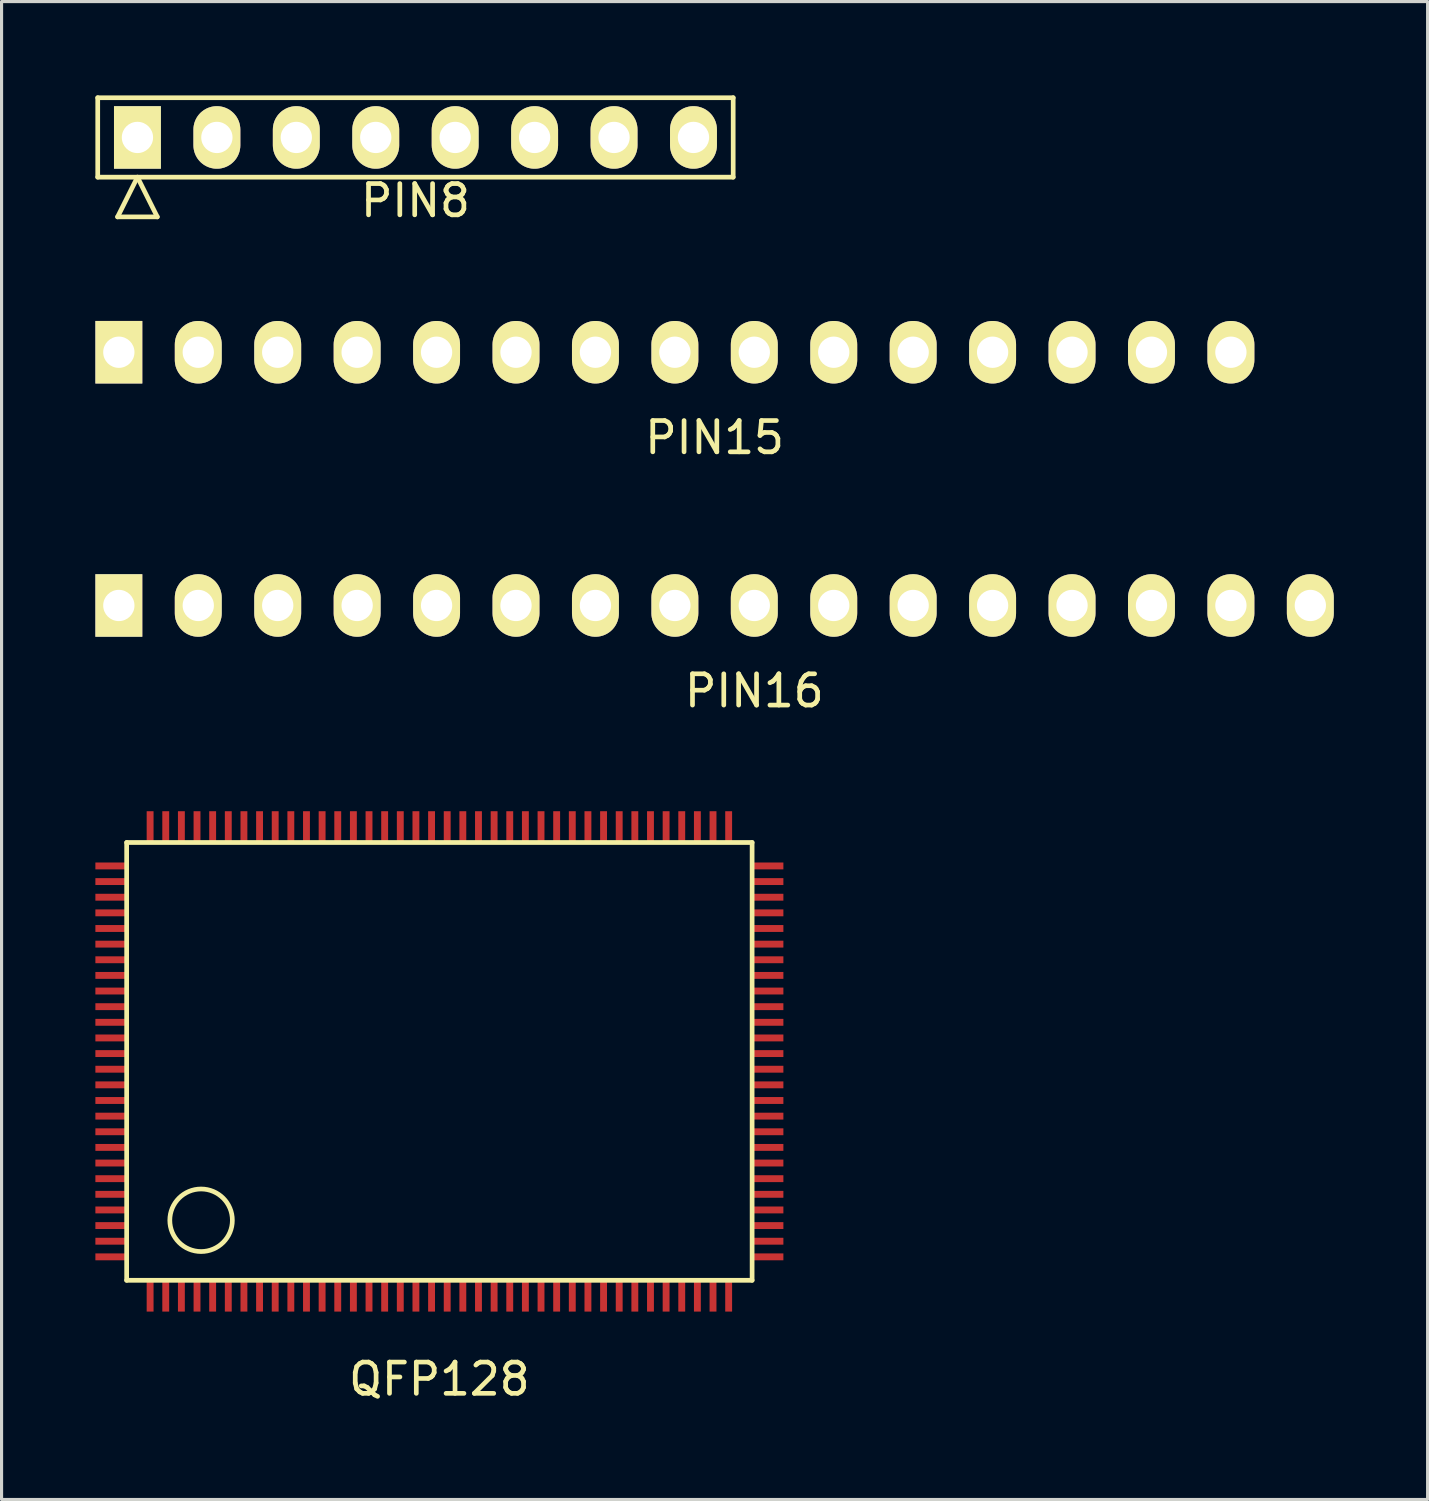
<source format=kicad_pcb>
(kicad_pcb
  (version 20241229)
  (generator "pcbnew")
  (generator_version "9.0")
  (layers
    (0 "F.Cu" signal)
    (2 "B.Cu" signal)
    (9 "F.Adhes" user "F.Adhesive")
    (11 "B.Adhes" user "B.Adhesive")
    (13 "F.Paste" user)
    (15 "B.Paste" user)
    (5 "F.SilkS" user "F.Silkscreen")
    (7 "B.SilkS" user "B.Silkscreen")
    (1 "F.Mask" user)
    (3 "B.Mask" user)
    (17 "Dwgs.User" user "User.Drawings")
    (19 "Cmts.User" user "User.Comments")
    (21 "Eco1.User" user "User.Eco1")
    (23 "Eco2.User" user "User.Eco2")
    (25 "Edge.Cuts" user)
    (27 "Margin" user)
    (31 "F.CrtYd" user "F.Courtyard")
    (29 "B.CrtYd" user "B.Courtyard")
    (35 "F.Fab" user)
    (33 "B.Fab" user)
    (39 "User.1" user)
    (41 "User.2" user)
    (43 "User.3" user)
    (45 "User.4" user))
  (footprint "PIN8"
    (layer "F.Cu")
    (at 10.235 1.345)
    (property "Reference" "PIN8" (at 0 2.02 0) (layer "F.SilkS") (effects (font (size 1 1) (thickness 0.15))))
    (attr through_hole)
    (fp_line (start -10.16 -1.27) (end -10.16 1.27) (stroke (width 0.15) (type solid)) (layer "F.SilkS"))
    (fp_line (start -10.16 1.27) (end 10.16 1.27) (stroke (width 0.15) (type solid)) (layer "F.SilkS"))
    (fp_line (start -9.525 2.54) (end -8.89 1.27) (stroke (width 0.15) (type solid)) (layer "F.SilkS"))
    (fp_line (start -9.525 2.54) (end -8.255 2.54) (stroke (width 0.15) (type solid)) (layer "F.SilkS"))
    (fp_line (start -8.255 2.54) (end -8.89 1.27) (stroke (width 0.15) (type solid)) (layer "F.SilkS"))
    (fp_line (start 10.16 -1.27) (end -10.16 -1.27) (stroke (width 0.15) (type solid)) (layer "F.SilkS"))
    (fp_line (start 10.16 1.27) (end 10.16 -1.27) (stroke (width 0.15) (type solid)) (layer "F.SilkS"))
    (pad "1" thru_hole rect (at -8.89 0) (size 1.5 2) (drill 1) (layers "*.Cu" "*.Mask" "F.SilkS"))
    (pad "2" thru_hole oval (at -6.35 0) (size 1.5 2) (drill 1) (layers "*.Cu" "*.Mask" "F.SilkS"))
    (pad "3" thru_hole oval (at -3.81 0) (size 1.5 2) (drill 1) (layers "*.Cu" "*.Mask" "F.SilkS"))
    (pad "4" thru_hole oval (at -1.27 0) (size 1.5 2) (drill 1) (layers "*.Cu" "*.Mask" "F.SilkS"))
    (pad "5" thru_hole oval (at 1.27 0) (size 1.5 2) (drill 1) (layers "*.Cu" "*.Mask" "F.SilkS"))
    (pad "6" thru_hole oval (at 3.81 0) (size 1.5 2) (drill 1) (layers "*.Cu" "*.Mask" "F.SilkS"))
    (pad "7" thru_hole oval (at 6.35 0) (size 1.5 2) (drill 1) (layers "*.Cu" "*.Mask" "F.SilkS"))
    (pad "8" thru_hole oval (at 8.89 0) (size 1.5 2) (drill 1) (layers "*.Cu" "*.Mask" "F.SilkS")))
  (footprint "PIN15"
    (layer "F.Cu")
    (at 19.8 8.213)
    (property "Reference" "PIN15" (at 0 2.73 0) (layer "F.SilkS") (effects (font (size 1 1) (thickness 0.15))))
    (attr through_hole)
    (pad "1" thru_hole rect (at -19.05 0) (size 1.5 2) (drill 1) (layers "*.Cu" "*.Mask" "F.SilkS"))
    (pad "2" thru_hole oval (at -16.51 0) (size 1.5 2) (drill 1) (layers "*.Cu" "*.Mask" "F.SilkS"))
    (pad "3" thru_hole oval (at -13.97 0) (size 1.5 2) (drill 1) (layers "*.Cu" "*.Mask" "F.SilkS"))
    (pad "4" thru_hole oval (at -11.43 0) (size 1.5 2) (drill 1) (layers "*.Cu" "*.Mask" "F.SilkS"))
    (pad "5" thru_hole oval (at -8.89 0) (size 1.5 2) (drill 1) (layers "*.Cu" "*.Mask" "F.SilkS"))
    (pad "6" thru_hole oval (at -6.35 0) (size 1.5 2) (drill 1) (layers "*.Cu" "*.Mask" "F.SilkS"))
    (pad "7" thru_hole oval (at -3.81 0) (size 1.5 2) (drill 1) (layers "*.Cu" "*.Mask" "F.SilkS"))
    (pad "8" thru_hole oval (at -1.27 0) (size 1.5 2) (drill 1) (layers "*.Cu" "*.Mask" "F.SilkS"))
    (pad "9" thru_hole oval (at 1.27 0) (size 1.5 2) (drill 1) (layers "*.Cu" "*.Mask" "F.SilkS"))
    (pad "10" thru_hole oval (at 3.81 0) (size 1.5 2) (drill 1) (layers "*.Cu" "*.Mask" "F.SilkS"))
    (pad "11" thru_hole oval (at 6.35 0) (size 1.5 2) (drill 1) (layers "*.Cu" "*.Mask" "F.SilkS"))
    (pad "12" thru_hole oval (at 8.89 0) (size 1.5 2) (drill 1) (layers "*.Cu" "*.Mask" "F.SilkS"))
    (pad "13" thru_hole oval (at 11.43 0) (size 1.5 2) (drill 1) (layers "*.Cu" "*.Mask" "F.SilkS"))
    (pad "14" thru_hole oval (at 13.97 0) (size 1.5 2) (drill 1) (layers "*.Cu" "*.Mask" "F.SilkS"))
    (pad "15" thru_hole oval (at 16.51 0) (size 1.5 2) (drill 1) (layers "*.Cu" "*.Mask" "F.SilkS")))
  (footprint "PIN16"
    (layer "F.Cu")
    (at 21.07 15.041)
    (property "Reference" "PIN16" (at 0 4 0) (layer "F.SilkS") (effects (font (size 1 1) (thickness 0.15))))
    (attr through_hole)
    (pad "1" thru_hole rect (at -20.32 1.27) (size 1.5 2) (drill 1) (layers "*.Cu" "*.Mask" "F.SilkS"))
    (pad "2" thru_hole oval (at -17.78 1.27) (size 1.5 2) (drill 1) (layers "*.Cu" "*.Mask" "F.SilkS"))
    (pad "3" thru_hole oval (at -15.24 1.27) (size 1.5 2) (drill 1) (layers "*.Cu" "*.Mask" "F.SilkS"))
    (pad "4" thru_hole oval (at -12.7 1.27) (size 1.5 2) (drill 1) (layers "*.Cu" "*.Mask" "F.SilkS"))
    (pad "5" thru_hole oval (at -10.16 1.27) (size 1.5 2) (drill 1) (layers "*.Cu" "*.Mask" "F.SilkS"))
    (pad "6" thru_hole oval (at -7.62 1.27) (size 1.5 2) (drill 1) (layers "*.Cu" "*.Mask" "F.SilkS"))
    (pad "7" thru_hole oval (at -5.08 1.27) (size 1.5 2) (drill 1) (layers "*.Cu" "*.Mask" "F.SilkS"))
    (pad "8" thru_hole oval (at -2.54 1.27) (size 1.5 2) (drill 1) (layers "*.Cu" "*.Mask" "F.SilkS"))
    (pad "9" thru_hole oval (at 0 1.27) (size 1.5 2) (drill 1) (layers "*.Cu" "*.Mask" "F.SilkS"))
    (pad "10" thru_hole oval (at 2.54 1.27) (size 1.5 2) (drill 1) (layers "*.Cu" "*.Mask" "F.SilkS"))
    (pad "11" thru_hole oval (at 5.08 1.27) (size 1.5 2) (drill 1) (layers "*.Cu" "*.Mask" "F.SilkS"))
    (pad "12" thru_hole oval (at 7.62 1.27) (size 1.5 2) (drill 1) (layers "*.Cu" "*.Mask" "F.SilkS"))
    (pad "13" thru_hole oval (at 10.16 1.27) (size 1.5 2) (drill 1) (layers "*.Cu" "*.Mask" "F.SilkS"))
    (pad "14" thru_hole oval (at 12.7 1.27) (size 1.5 2) (drill 1) (layers "*.Cu" "*.Mask" "F.SilkS"))
    (pad "15" thru_hole oval (at 15.24 1.27) (size 1.5 2) (drill 1) (layers "*.Cu" "*.Mask" "F.SilkS"))
    (pad "16" thru_hole oval (at 17.78 1.27) (size 1.5 2) (drill 1) (layers "*.Cu" "*.Mask" "F.SilkS")))
  (footprint "QFP128"
    (layer "F.Cu")
    (at 11 30.89)
    (property "Reference" "QFP128" (at 0 10.16 0) (layer "F.SilkS") (effects (font (size 1 1) (thickness 0.15))))
    (attr through_hole)
    (fp_line (start -10 -7) (end -10 7) (stroke (width 0.15) (type solid)) (layer "F.SilkS"))
    (fp_line (start -10 7) (end 10 7) (stroke (width 0.15) (type solid)) (layer "F.SilkS"))
    (fp_line (start 10 -7) (end -10 -7) (stroke (width 0.15) (type solid)) (layer "F.SilkS"))
    (fp_line (start 10 7) (end 10 -7) (stroke (width 0.15) (type solid)) (layer "F.SilkS"))
    (fp_circle (center -7.62 5.08) (end -6.62 5.08) (stroke (width 0.15) (type solid)) (fill no) (layer "F.SilkS"))
    (pad "1" smd rect (at -9.25 7.5) (size 0.22 1) (layers "F.Cu" "F.Mask" "F.Paste"))
    (pad "2" smd rect (at -8.75 7.5) (size 0.22 1) (layers "F.Cu" "F.Mask" "F.Paste"))
    (pad "3" smd rect (at -8.25 7.5) (size 0.22 1) (layers "F.Cu" "F.Mask" "F.Paste"))
    (pad "4" smd rect (at -7.75 7.5) (size 0.22 1) (layers "F.Cu" "F.Mask" "F.Paste"))
    (pad "5" smd rect (at -7.25 7.5) (size 0.22 1) (layers "F.Cu" "F.Mask" "F.Paste"))
    (pad "6" smd rect (at -6.75 7.5) (size 0.22 1) (layers "F.Cu" "F.Mask" "F.Paste"))
    (pad "7" smd rect (at -6.25 7.5) (size 0.22 1) (layers "F.Cu" "F.Mask" "F.Paste"))
    (pad "8" smd rect (at -5.75 7.5) (size 0.22 1) (layers "F.Cu" "F.Mask" "F.Paste"))
    (pad "9" smd rect (at -5.25 7.5) (size 0.22 1) (layers "F.Cu" "F.Mask" "F.Paste"))
    (pad "10" smd rect (at -4.75 7.5) (size 0.22 1) (layers "F.Cu" "F.Mask" "F.Paste"))
    (pad "11" smd rect (at -4.25 7.5) (size 0.22 1) (layers "F.Cu" "F.Mask" "F.Paste"))
    (pad "12" smd rect (at -3.75 7.5) (size 0.22 1) (layers "F.Cu" "F.Mask" "F.Paste"))
    (pad "13" smd rect (at -3.25 7.5) (size 0.22 1) (layers "F.Cu" "F.Mask" "F.Paste"))
    (pad "14" smd rect (at -2.75 7.5) (size 0.22 1) (layers "F.Cu" "F.Mask" "F.Paste"))
    (pad "15" smd rect (at -2.25 7.5) (size 0.22 1) (layers "F.Cu" "F.Mask" "F.Paste"))
    (pad "16" smd rect (at -1.75 7.5) (size 0.22 1) (layers "F.Cu" "F.Mask" "F.Paste"))
    (pad "17" smd rect (at -1.25 7.5) (size 0.22 1) (layers "F.Cu" "F.Mask" "F.Paste"))
    (pad "18" smd rect (at -0.75 7.5) (size 0.22 1) (layers "F.Cu" "F.Mask" "F.Paste"))
    (pad "19" smd rect (at -0.25 7.5) (size 0.22 1) (layers "F.Cu" "F.Mask" "F.Paste"))
    (pad "20" smd rect (at 0.25 7.5) (size 0.22 1) (layers "F.Cu" "F.Mask" "F.Paste"))
    (pad "21" smd rect (at 0.75 7.5) (size 0.22 1) (layers "F.Cu" "F.Mask" "F.Paste"))
    (pad "22" smd rect (at 1.25 7.5) (size 0.22 1) (layers "F.Cu" "F.Mask" "F.Paste"))
    (pad "23" smd rect (at 1.75 7.5) (size 0.22 1) (layers "F.Cu" "F.Mask" "F.Paste"))
    (pad "24" smd rect (at 2.25 7.5) (size 0.22 1) (layers "F.Cu" "F.Mask" "F.Paste"))
    (pad "25" smd rect (at 2.75 7.5) (size 0.22 1) (layers "F.Cu" "F.Mask" "F.Paste"))
    (pad "26" smd rect (at 3.25 7.5) (size 0.22 1) (layers "F.Cu" "F.Mask" "F.Paste"))
    (pad "27" smd rect (at 3.75 7.5) (size 0.22 1) (layers "F.Cu" "F.Mask" "F.Paste"))
    (pad "28" smd rect (at 4.25 7.5) (size 0.22 1) (layers "F.Cu" "F.Mask" "F.Paste"))
    (pad "29" smd rect (at 4.75 7.5) (size 0.22 1) (layers "F.Cu" "F.Mask" "F.Paste"))
    (pad "30" smd rect (at 5.25 7.5) (size 0.22 1) (layers "F.Cu" "F.Mask" "F.Paste"))
    (pad "31" smd rect (at 5.75 7.5) (size 0.22 1) (layers "F.Cu" "F.Mask" "F.Paste"))
    (pad "32" smd rect (at 6.25 7.5) (size 0.22 1) (layers "F.Cu" "F.Mask" "F.Paste"))
    (pad "33" smd rect (at 6.75 7.5) (size 0.22 1) (layers "F.Cu" "F.Mask" "F.Paste"))
    (pad "34" smd rect (at 7.25 7.5) (size 0.22 1) (layers "F.Cu" "F.Mask" "F.Paste"))
    (pad "35" smd rect (at 7.75 7.5) (size 0.22 1) (layers "F.Cu" "F.Mask" "F.Paste"))
    (pad "36" smd rect (at 8.25 7.5) (size 0.22 1) (layers "F.Cu" "F.Mask" "F.Paste"))
    (pad "37" smd rect (at 8.75 7.5) (size 0.22 1) (layers "F.Cu" "F.Mask" "F.Paste"))
    (pad "38" smd rect (at 9.25 7.5) (size 0.22 1) (layers "F.Cu" "F.Mask" "F.Paste"))
    (pad "39" smd rect (at 10.5 6.25) (size 1 0.22) (layers "F.Cu" "F.Mask" "F.Paste"))
    (pad "40" smd rect (at 10.5 5.75) (size 1 0.22) (layers "F.Cu" "F.Mask" "F.Paste"))
    (pad "41" smd rect (at 10.5 5.25) (size 1 0.22) (layers "F.Cu" "F.Mask" "F.Paste"))
    (pad "42" smd rect (at 10.5 4.75) (size 1 0.22) (layers "F.Cu" "F.Mask" "F.Paste"))
    (pad "43" smd rect (at 10.5 4.25) (size 1 0.22) (layers "F.Cu" "F.Mask" "F.Paste"))
    (pad "44" smd rect (at 10.5 3.75) (size 1 0.22) (layers "F.Cu" "F.Mask" "F.Paste"))
    (pad "45" smd rect (at 10.5 3.25) (size 1 0.22) (layers "F.Cu" "F.Mask" "F.Paste"))
    (pad "46" smd rect (at 10.5 2.75) (size 1 0.22) (layers "F.Cu" "F.Mask" "F.Paste"))
    (pad "47" smd rect (at 10.5 2.25) (size 1 0.22) (layers "F.Cu" "F.Mask" "F.Paste"))
    (pad "48" smd rect (at 10.5 1.75) (size 1 0.22) (layers "F.Cu" "F.Mask" "F.Paste"))
    (pad "49" smd rect (at 10.5 1.25) (size 1 0.22) (layers "F.Cu" "F.Mask" "F.Paste"))
    (pad "50" smd rect (at 10.5 0.75) (size 1 0.22) (layers "F.Cu" "F.Mask" "F.Paste"))
    (pad "51" smd rect (at 10.5 0.25) (size 1 0.22) (layers "F.Cu" "F.Mask" "F.Paste"))
    (pad "52" smd rect (at 10.5 -0.25) (size 1 0.22) (layers "F.Cu" "F.Mask" "F.Paste"))
    (pad "53" smd rect (at 10.5 -0.75) (size 1 0.22) (layers "F.Cu" "F.Mask" "F.Paste"))
    (pad "54" smd rect (at 10.5 -1.25) (size 1 0.22) (layers "F.Cu" "F.Mask" "F.Paste"))
    (pad "55" smd rect (at 10.5 -1.75) (size 1 0.22) (layers "F.Cu" "F.Mask" "F.Paste"))
    (pad "56" smd rect (at 10.5 -2.25) (size 1 0.22) (layers "F.Cu" "F.Mask" "F.Paste"))
    (pad "57" smd rect (at 10.5 -2.75) (size 1 0.22) (layers "F.Cu" "F.Mask" "F.Paste"))
    (pad "58" smd rect (at 10.5 -3.25) (size 1 0.22) (layers "F.Cu" "F.Mask" "F.Paste"))
    (pad "59" smd rect (at 10.5 -3.75) (size 1 0.22) (layers "F.Cu" "F.Mask" "F.Paste"))
    (pad "60" smd rect (at 10.5 -4.25) (size 1 0.22) (layers "F.Cu" "F.Mask" "F.Paste"))
    (pad "61" smd rect (at 10.5 -4.75) (size 1 0.22) (layers "F.Cu" "F.Mask" "F.Paste"))
    (pad "62" smd rect (at 10.5 -5.25) (size 1 0.22) (layers "F.Cu" "F.Mask" "F.Paste"))
    (pad "63" smd rect (at 10.5 -5.75) (size 1 0.22) (layers "F.Cu" "F.Mask" "F.Paste"))
    (pad "64" smd rect (at 10.5 -6.25) (size 1 0.22) (layers "F.Cu" "F.Mask" "F.Paste"))
    (pad "65" smd rect (at 9.25 -7.5) (size 0.22 1) (layers "F.Cu" "F.Mask" "F.Paste"))
    (pad "66" smd rect (at 8.75 -7.5) (size 0.22 1) (layers "F.Cu" "F.Mask" "F.Paste"))
    (pad "67" smd rect (at 8.25 -7.5) (size 0.22 1) (layers "F.Cu" "F.Mask" "F.Paste"))
    (pad "68" smd rect (at 7.75 -7.5) (size 0.22 1) (layers "F.Cu" "F.Mask" "F.Paste"))
    (pad "69" smd rect (at 7.25 -7.5) (size 0.22 1) (layers "F.Cu" "F.Mask" "F.Paste"))
    (pad "70" smd rect (at 6.75 -7.5) (size 0.22 1) (layers "F.Cu" "F.Mask" "F.Paste"))
    (pad "71" smd rect (at 6.25 -7.5) (size 0.22 1) (layers "F.Cu" "F.Mask" "F.Paste"))
    (pad "72" smd rect (at 5.75 -7.5) (size 0.22 1) (layers "F.Cu" "F.Mask" "F.Paste"))
    (pad "73" smd rect (at 5.25 -7.5) (size 0.22 1) (layers "F.Cu" "F.Mask" "F.Paste"))
    (pad "74" smd rect (at 4.75 -7.5) (size 0.22 1) (layers "F.Cu" "F.Mask" "F.Paste"))
    (pad "75" smd rect (at 4.25 -7.5) (size 0.22 1) (layers "F.Cu" "F.Mask" "F.Paste"))
    (pad "76" smd rect (at 3.75 -7.5) (size 0.22 1) (layers "F.Cu" "F.Mask" "F.Paste"))
    (pad "77" smd rect (at 3.25 -7.5) (size 0.22 1) (layers "F.Cu" "F.Mask" "F.Paste"))
    (pad "78" smd rect (at 2.75 -7.5) (size 0.22 1) (layers "F.Cu" "F.Mask" "F.Paste"))
    (pad "79" smd rect (at 2.25 -7.5) (size 0.22 1) (layers "F.Cu" "F.Mask" "F.Paste"))
    (pad "80" smd rect (at 1.75 -7.5) (size 0.22 1) (layers "F.Cu" "F.Mask" "F.Paste"))
    (pad "81" smd rect (at 1.25 -7.5) (size 0.22 1) (layers "F.Cu" "F.Mask" "F.Paste"))
    (pad "82" smd rect (at 0.75 -7.5) (size 0.22 1) (layers "F.Cu" "F.Mask" "F.Paste"))
    (pad "83" smd rect (at 0.25 -7.5) (size 0.22 1) (layers "F.Cu" "F.Mask" "F.Paste"))
    (pad "84" smd rect (at -0.25 -7.5) (size 0.22 1) (layers "F.Cu" "F.Mask" "F.Paste"))
    (pad "85" smd rect (at -0.75 -7.5) (size 0.22 1) (layers "F.Cu" "F.Mask" "F.Paste"))
    (pad "86" smd rect (at -1.25 -7.5) (size 0.22 1) (layers "F.Cu" "F.Mask" "F.Paste"))
    (pad "87" smd rect (at -1.75 -7.5) (size 0.22 1) (layers "F.Cu" "F.Mask" "F.Paste"))
    (pad "88" smd rect (at -2.25 -7.5) (size 0.22 1) (layers "F.Cu" "F.Mask" "F.Paste"))
    (pad "89" smd rect (at -2.75 -7.5) (size 0.22 1) (layers "F.Cu" "F.Mask" "F.Paste"))
    (pad "90" smd rect (at -3.25 -7.5) (size 0.22 1) (layers "F.Cu" "F.Mask" "F.Paste"))
    (pad "91" smd rect (at -3.75 -7.5) (size 0.22 1) (layers "F.Cu" "F.Mask" "F.Paste"))
    (pad "92" smd rect (at -4.25 -7.5) (size 0.22 1) (layers "F.Cu" "F.Mask" "F.Paste"))
    (pad "93" smd rect (at -4.75 -7.5) (size 0.22 1) (layers "F.Cu" "F.Mask" "F.Paste"))
    (pad "94" smd rect (at -5.25 -7.5) (size 0.22 1) (layers "F.Cu" "F.Mask" "F.Paste"))
    (pad "95" smd rect (at -5.75 -7.5) (size 0.22 1) (layers "F.Cu" "F.Mask" "F.Paste"))
    (pad "96" smd rect (at -6.25 -7.5) (size 0.22 1) (layers "F.Cu" "F.Mask" "F.Paste"))
    (pad "97" smd rect (at -6.75 -7.5) (size 0.22 1) (layers "F.Cu" "F.Mask" "F.Paste"))
    (pad "98" smd rect (at -7.25 -7.5) (size 0.22 1) (layers "F.Cu" "F.Mask" "F.Paste"))
    (pad "99" smd rect (at -7.75 -7.5) (size 0.22 1) (layers "F.Cu" "F.Mask" "F.Paste"))
    (pad "100" smd rect (at -8.25 -7.5) (size 0.22 1) (layers "F.Cu" "F.Mask" "F.Paste"))
    (pad "101" smd rect (at -8.75 -7.5) (size 0.22 1) (layers "F.Cu" "F.Mask" "F.Paste"))
    (pad "102" smd rect (at -9.25 -7.5) (size 0.22 1) (layers "F.Cu" "F.Mask" "F.Paste"))
    (pad "103" smd rect (at -10.5 -6.25) (size 1 0.22) (layers "F.Cu" "F.Mask" "F.Paste"))
    (pad "104" smd rect (at -10.5 -5.75) (size 1 0.22) (layers "F.Cu" "F.Mask" "F.Paste"))
    (pad "105" smd rect (at -10.5 -5.25) (size 1 0.22) (layers "F.Cu" "F.Mask" "F.Paste"))
    (pad "106" smd rect (at -10.5 -4.75) (size 1 0.22) (layers "F.Cu" "F.Mask" "F.Paste"))
    (pad "107" smd rect (at -10.5 -4.25) (size 1 0.22) (layers "F.Cu" "F.Mask" "F.Paste"))
    (pad "108" smd rect (at -10.5 -3.75) (size 1 0.22) (layers "F.Cu" "F.Mask" "F.Paste"))
    (pad "109" smd rect (at -10.5 -3.25) (size 1 0.22) (layers "F.Cu" "F.Mask" "F.Paste"))
    (pad "110" smd rect (at -10.5 -2.75) (size 1 0.22) (layers "F.Cu" "F.Mask" "F.Paste"))
    (pad "111" smd rect (at -10.5 -2.25) (size 1 0.22) (layers "F.Cu" "F.Mask" "F.Paste"))
    (pad "112" smd rect (at -10.5 -1.75) (size 1 0.22) (layers "F.Cu" "F.Mask" "F.Paste"))
    (pad "113" smd rect (at -10.5 -1.25) (size 1 0.22) (layers "F.Cu" "F.Mask" "F.Paste"))
    (pad "114" smd rect (at -10.5 -0.75) (size 1 0.22) (layers "F.Cu" "F.Mask" "F.Paste"))
    (pad "115" smd rect (at -10.5 -0.25) (size 1 0.22) (layers "F.Cu" "F.Mask" "F.Paste"))
    (pad "116" smd rect (at -10.5 0.25) (size 1 0.22) (layers "F.Cu" "F.Mask" "F.Paste"))
    (pad "117" smd rect (at -10.5 0.75) (size 1 0.22) (layers "F.Cu" "F.Mask" "F.Paste"))
    (pad "118" smd rect (at -10.5 1.25) (size 1 0.22) (layers "F.Cu" "F.Mask" "F.Paste"))
    (pad "119" smd rect (at -10.5 1.75) (size 1 0.22) (layers "F.Cu" "F.Mask" "F.Paste"))
    (pad "120" smd rect (at -10.5 2.25) (size 1 0.22) (layers "F.Cu" "F.Mask" "F.Paste"))
    (pad "121" smd rect (at -10.5 2.75) (size 1 0.22) (layers "F.Cu" "F.Mask" "F.Paste"))
    (pad "122" smd rect (at -10.5 3.25) (size 1 0.22) (layers "F.Cu" "F.Mask" "F.Paste"))
    (pad "123" smd rect (at -10.5 3.75) (size 1 0.22) (layers "F.Cu" "F.Mask" "F.Paste"))
    (pad "124" smd rect (at -10.5 4.25) (size 1 0.22) (layers "F.Cu" "F.Mask" "F.Paste"))
    (pad "125" smd rect (at -10.5 4.75) (size 1 0.22) (layers "F.Cu" "F.Mask" "F.Paste"))
    (pad "126" smd rect (at -10.5 5.25) (size 1 0.22) (layers "F.Cu" "F.Mask" "F.Paste"))
    (pad "127" smd rect (at -10.5 5.75) (size 1 0.22) (layers "F.Cu" "F.Mask" "F.Paste"))
    (pad "128" smd rect (at -10.5 6.25) (size 1 0.22) (layers "F.Cu" "F.Mask" "F.Paste")))
  (gr_rect
    (start -3 -3)
    (end 42.6 44.898)
    (stroke (width 0.1) (type default))
    (fill no)
    (layer "Edge.Cuts")))
</source>
